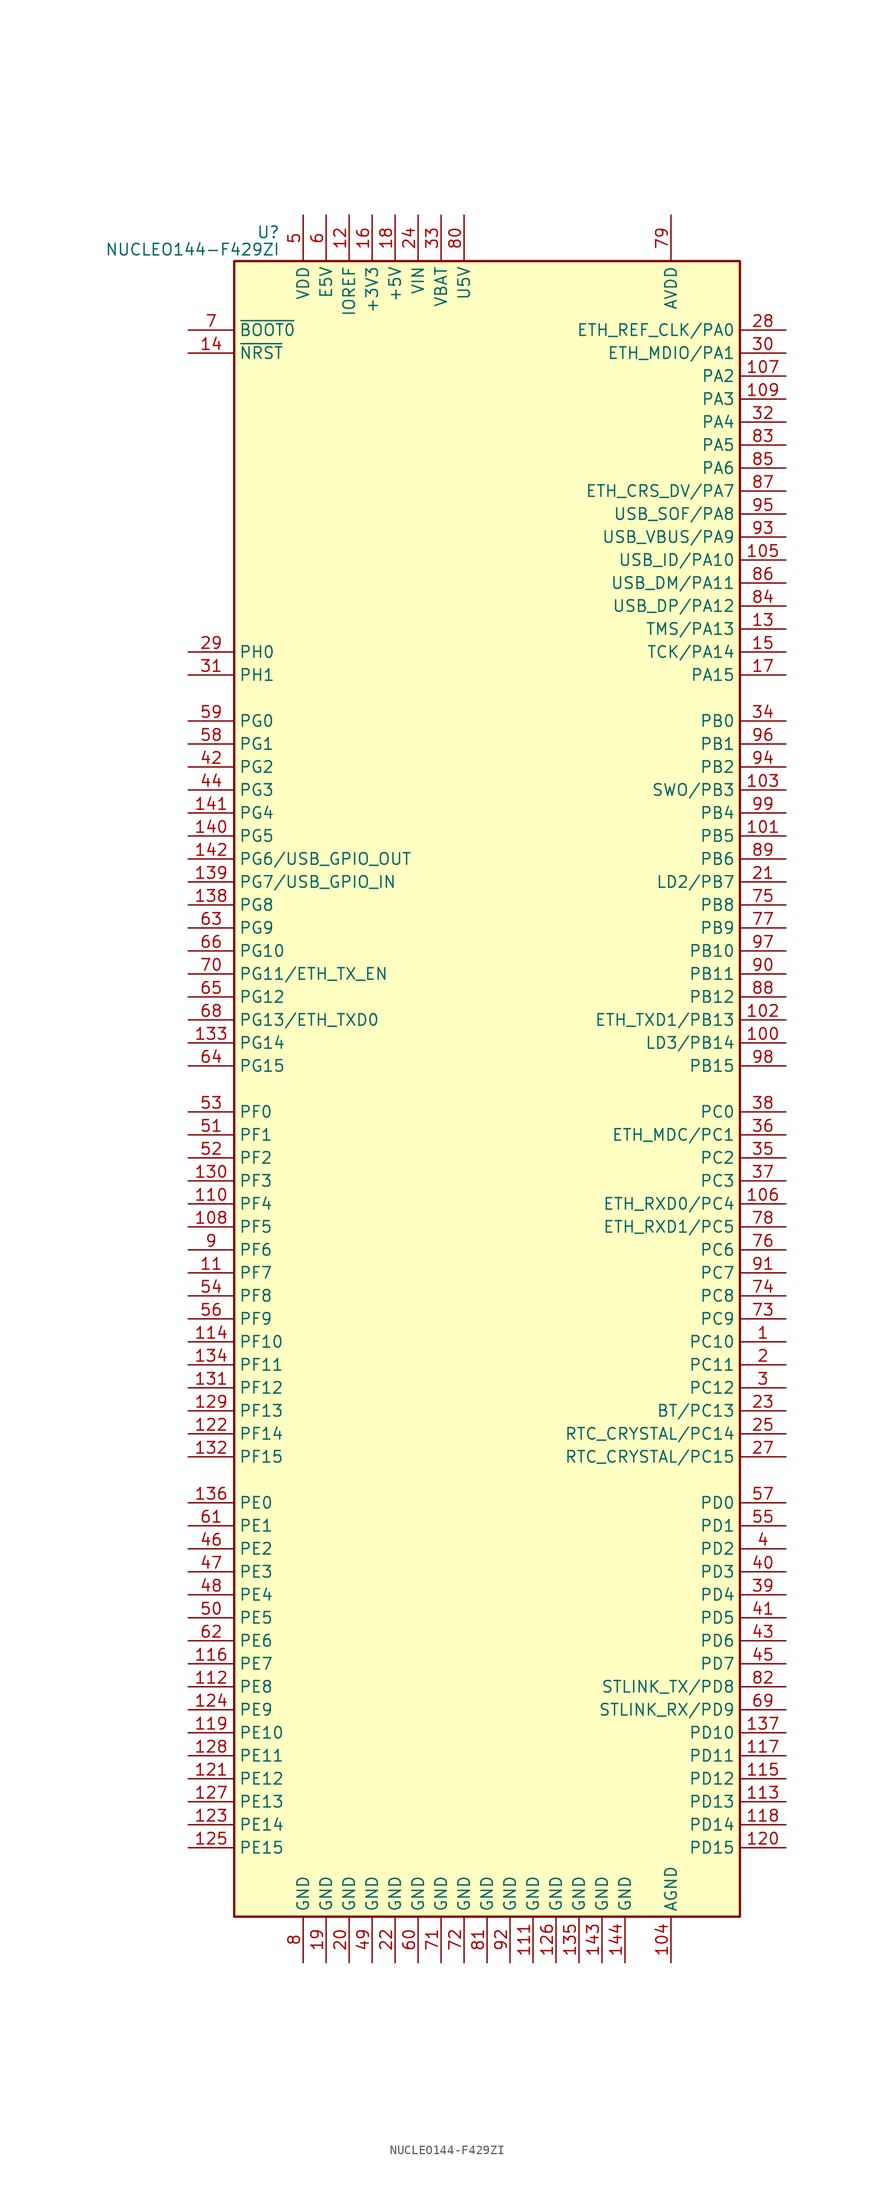
<source format=kicad_sym>
(kicad_symbol_lib
  (version 20211014)
  (generator kicad_symbol_editor)
  (symbol "NUCLEO144-F429ZI"
    (property "Reference" "U"
      (at -22.86 94.615 0)
      (effects (font (size 1.27 1.27)) (justify right)))
    (property "Value" "NUCLEO144-F429ZI"
      (at -22.86 92.71 0)
      (effects (font (size 1.27 1.27)) (justify right)))
    (symbol "NUCLEO144-F429ZI_0_1"
      (rectangle (start -27.94 -91.44) (end 27.94 91.44) (stroke (width 0.254) (type default) (color 0 0 0 0)) (fill (type background))))
    (symbol "NUCLEO144-F429ZI_1_1"
      (pin bidirectional line (at 33.02 -27.94 180) (length 5.08) (name "PC10" (effects (font (size 1.27 1.27)))) (number "1" (effects (font (size 1.27 1.27)))))
      (pin no_connect line (at -33.02 55.88 0) (length 5.08) hide (name "NC" (effects (font (size 1.27 1.27)))) (number "10" (effects (font (size 1.27 1.27)))))
      (pin bidirectional line (at 33.02 5.08 180) (length 5.08) (name "LD3/PB14" (effects (font (size 1.27 1.27)))) (number "100" (effects (font (size 1.27 1.27)))))
      (pin bidirectional line (at 33.02 27.94 180) (length 5.08) (name "PB5" (effects (font (size 1.27 1.27)))) (number "101" (effects (font (size 1.27 1.27)))))
      (pin bidirectional line (at 33.02 7.62 180) (length 5.08) (name "ETH_TXD1/PB13" (effects (font (size 1.27 1.27)))) (number "102" (effects (font (size 1.27 1.27)))))
      (pin bidirectional line (at 33.02 33.02 180) (length 5.08) (name "SWO/PB3" (effects (font (size 1.27 1.27)))) (number "103" (effects (font (size 1.27 1.27)))))
      (pin power_in line (at 20.32 -96.52 90) (length 5.08) (name "AGND" (effects (font (size 1.27 1.27)))) (number "104" (effects (font (size 1.27 1.27)))))
      (pin bidirectional line (at 33.02 58.42 180) (length 5.08) (name "USB_ID/PA10" (effects (font (size 1.27 1.27)))) (number "105" (effects (font (size 1.27 1.27)))))
      (pin bidirectional line (at 33.02 -12.7 180) (length 5.08) (name "ETH_RXD0/PC4" (effects (font (size 1.27 1.27)))) (number "106" (effects (font (size 1.27 1.27)))))
      (pin bidirectional line (at 33.02 78.74 180) (length 5.08) (name "PA2" (effects (font (size 1.27 1.27)))) (number "107" (effects (font (size 1.27 1.27)))))
      (pin bidirectional line (at -33.02 -15.24 0) (length 5.08) (name "PF5" (effects (font (size 1.27 1.27)))) (number "108" (effects (font (size 1.27 1.27)))))
      (pin bidirectional line (at 33.02 76.2 180) (length 5.08) (name "PA3" (effects (font (size 1.27 1.27)))) (number "109" (effects (font (size 1.27 1.27)))))
      (pin bidirectional line (at -33.02 -20.32 0) (length 5.08) (name "PF7" (effects (font (size 1.27 1.27)))) (number "11" (effects (font (size 1.27 1.27)))))
      (pin bidirectional line (at -33.02 -12.7 0) (length 5.08) (name "PF4" (effects (font (size 1.27 1.27)))) (number "110" (effects (font (size 1.27 1.27)))))
      (pin power_in line (at 5.08 -96.52 90) (length 5.08) (name "GND" (effects (font (size 1.27 1.27)))) (number "111" (effects (font (size 1.27 1.27)))))
      (pin bidirectional line (at -33.02 -66.04 0) (length 5.08) (name "PE8" (effects (font (size 1.27 1.27)))) (number "112" (effects (font (size 1.27 1.27)))))
      (pin bidirectional line (at 33.02 -78.74 180) (length 5.08) (name "PD13" (effects (font (size 1.27 1.27)))) (number "113" (effects (font (size 1.27 1.27)))))
      (pin bidirectional line (at -33.02 -27.94 0) (length 5.08) (name "PF10" (effects (font (size 1.27 1.27)))) (number "114" (effects (font (size 1.27 1.27)))))
      (pin bidirectional line (at 33.02 -76.2 180) (length 5.08) (name "PD12" (effects (font (size 1.27 1.27)))) (number "115" (effects (font (size 1.27 1.27)))))
      (pin bidirectional line (at -33.02 -63.5 0) (length 5.08) (name "PE7" (effects (font (size 1.27 1.27)))) (number "116" (effects (font (size 1.27 1.27)))))
      (pin bidirectional line (at 33.02 -73.66 180) (length 5.08) (name "PD11" (effects (font (size 1.27 1.27)))) (number "117" (effects (font (size 1.27 1.27)))))
      (pin bidirectional line (at 33.02 -81.28 180) (length 5.08) (name "PD14" (effects (font (size 1.27 1.27)))) (number "118" (effects (font (size 1.27 1.27)))))
      (pin bidirectional line (at -33.02 -71.12 0) (length 5.08) (name "PE10" (effects (font (size 1.27 1.27)))) (number "119" (effects (font (size 1.27 1.27)))))
      (pin power_in line (at -15.24 96.52 270) (length 5.08) (name "IOREF" (effects (font (size 1.27 1.27)))) (number "12" (effects (font (size 1.27 1.27)))))
      (pin bidirectional line (at 33.02 -83.82 180) (length 5.08) (name "PD15" (effects (font (size 1.27 1.27)))) (number "120" (effects (font (size 1.27 1.27)))))
      (pin bidirectional line (at -33.02 -76.2 0) (length 5.08) (name "PE12" (effects (font (size 1.27 1.27)))) (number "121" (effects (font (size 1.27 1.27)))))
      (pin bidirectional line (at -33.02 -38.1 0) (length 5.08) (name "PF14" (effects (font (size 1.27 1.27)))) (number "122" (effects (font (size 1.27 1.27)))))
      (pin bidirectional line (at -33.02 -81.28 0) (length 5.08) (name "PE14" (effects (font (size 1.27 1.27)))) (number "123" (effects (font (size 1.27 1.27)))))
      (pin bidirectional line (at -33.02 -68.58 0) (length 5.08) (name "PE9" (effects (font (size 1.27 1.27)))) (number "124" (effects (font (size 1.27 1.27)))))
      (pin bidirectional line (at -33.02 -83.82 0) (length 5.08) (name "PE15" (effects (font (size 1.27 1.27)))) (number "125" (effects (font (size 1.27 1.27)))))
      (pin power_in line (at 7.62 -96.52 90) (length 5.08) (name "GND" (effects (font (size 1.27 1.27)))) (number "126" (effects (font (size 1.27 1.27)))))
      (pin bidirectional line (at -33.02 -78.74 0) (length 5.08) (name "PE13" (effects (font (size 1.27 1.27)))) (number "127" (effects (font (size 1.27 1.27)))))
      (pin bidirectional line (at -33.02 -73.66 0) (length 5.08) (name "PE11" (effects (font (size 1.27 1.27)))) (number "128" (effects (font (size 1.27 1.27)))))
      (pin bidirectional line (at -33.02 -35.56 0) (length 5.08) (name "PF13" (effects (font (size 1.27 1.27)))) (number "129" (effects (font (size 1.27 1.27)))))
      (pin bidirectional line (at 33.02 50.8 180) (length 5.08) (name "TMS/PA13" (effects (font (size 1.27 1.27)))) (number "13" (effects (font (size 1.27 1.27)))))
      (pin bidirectional line (at -33.02 -10.16 0) (length 5.08) (name "PF3" (effects (font (size 1.27 1.27)))) (number "130" (effects (font (size 1.27 1.27)))))
      (pin bidirectional line (at -33.02 -33.02 0) (length 5.08) (name "PF12" (effects (font (size 1.27 1.27)))) (number "131" (effects (font (size 1.27 1.27)))))
      (pin bidirectional line (at -33.02 -40.64 0) (length 5.08) (name "PF15" (effects (font (size 1.27 1.27)))) (number "132" (effects (font (size 1.27 1.27)))))
      (pin bidirectional line (at -33.02 5.08 0) (length 5.08) (name "PG14" (effects (font (size 1.27 1.27)))) (number "133" (effects (font (size 1.27 1.27)))))
      (pin bidirectional line (at -33.02 -30.48 0) (length 5.08) (name "PF11" (effects (font (size 1.27 1.27)))) (number "134" (effects (font (size 1.27 1.27)))))
      (pin power_in line (at 10.16 -96.52 90) (length 5.08) (name "GND" (effects (font (size 1.27 1.27)))) (number "135" (effects (font (size 1.27 1.27)))))
      (pin bidirectional line (at -33.02 -45.72 0) (length 5.08) (name "PE0" (effects (font (size 1.27 1.27)))) (number "136" (effects (font (size 1.27 1.27)))))
      (pin bidirectional line (at 33.02 -71.12 180) (length 5.08) (name "PD10" (effects (font (size 1.27 1.27)))) (number "137" (effects (font (size 1.27 1.27)))))
      (pin bidirectional line (at -33.02 20.32 0) (length 5.08) (name "PG8" (effects (font (size 1.27 1.27)))) (number "138" (effects (font (size 1.27 1.27)))))
      (pin bidirectional line (at -33.02 22.86 0) (length 5.08) (name "PG7/USB_GPIO_IN" (effects (font (size 1.27 1.27)))) (number "139" (effects (font (size 1.27 1.27)))))
      (pin input line (at -33.02 81.28 0) (length 5.08) (name "~{NRST}" (effects (font (size 1.27 1.27)))) (number "14" (effects (font (size 1.27 1.27)))))
      (pin bidirectional line (at -33.02 27.94 0) (length 5.08) (name "PG5" (effects (font (size 1.27 1.27)))) (number "140" (effects (font (size 1.27 1.27)))))
      (pin bidirectional line (at -33.02 30.48 0) (length 5.08) (name "PG4" (effects (font (size 1.27 1.27)))) (number "141" (effects (font (size 1.27 1.27)))))
      (pin bidirectional line (at -33.02 25.4 0) (length 5.08) (name "PG6/USB_GPIO_OUT" (effects (font (size 1.27 1.27)))) (number "142" (effects (font (size 1.27 1.27)))))
      (pin power_in line (at 12.7 -96.52 90) (length 5.08) (name "GND" (effects (font (size 1.27 1.27)))) (number "143" (effects (font (size 1.27 1.27)))))
      (pin power_in line (at 15.24 -96.52 90) (length 5.08) (name "GND" (effects (font (size 1.27 1.27)))) (number "144" (effects (font (size 1.27 1.27)))))
      (pin bidirectional line (at 33.02 48.26 180) (length 5.08) (name "TCK/PA14" (effects (font (size 1.27 1.27)))) (number "15" (effects (font (size 1.27 1.27)))))
      (pin power_in line (at -12.7 96.52 270) (length 5.08) (name "+3V3" (effects (font (size 1.27 1.27)))) (number "16" (effects (font (size 1.27 1.27)))))
      (pin bidirectional line (at 33.02 45.72 180) (length 5.08) (name "PA15" (effects (font (size 1.27 1.27)))) (number "17" (effects (font (size 1.27 1.27)))))
      (pin power_in line (at -10.16 96.52 270) (length 5.08) (name "+5V" (effects (font (size 1.27 1.27)))) (number "18" (effects (font (size 1.27 1.27)))))
      (pin power_in line (at -17.78 -96.52 90) (length 5.08) (name "GND" (effects (font (size 1.27 1.27)))) (number "19" (effects (font (size 1.27 1.27)))))
      (pin bidirectional line (at 33.02 -30.48 180) (length 5.08) (name "PC11" (effects (font (size 1.27 1.27)))) (number "2" (effects (font (size 1.27 1.27)))))
      (pin power_in line (at -15.24 -96.52 90) (length 5.08) (name "GND" (effects (font (size 1.27 1.27)))) (number "20" (effects (font (size 1.27 1.27)))))
      (pin bidirectional line (at 33.02 22.86 180) (length 5.08) (name "LD2/PB7" (effects (font (size 1.27 1.27)))) (number "21" (effects (font (size 1.27 1.27)))))
      (pin power_in line (at -10.16 -96.52 90) (length 5.08) (name "GND" (effects (font (size 1.27 1.27)))) (number "22" (effects (font (size 1.27 1.27)))))
      (pin bidirectional line (at 33.02 -35.56 180) (length 5.08) (name "BT/PC13" (effects (font (size 1.27 1.27)))) (number "23" (effects (font (size 1.27 1.27)))))
      (pin power_in line (at -7.62 96.52 270) (length 5.08) (name "VIN" (effects (font (size 1.27 1.27)))) (number "24" (effects (font (size 1.27 1.27)))))
      (pin bidirectional line (at 33.02 -38.1 180) (length 5.08) (name "RTC_CRYSTAL/PC14" (effects (font (size 1.27 1.27)))) (number "25" (effects (font (size 1.27 1.27)))))
      (pin no_connect line (at -33.02 58.42 0) (length 5.08) hide (name "NC" (effects (font (size 1.27 1.27)))) (number "26" (effects (font (size 1.27 1.27)))))
      (pin bidirectional line (at 33.02 -40.64 180) (length 5.08) (name "RTC_CRYSTAL/PC15" (effects (font (size 1.27 1.27)))) (number "27" (effects (font (size 1.27 1.27)))))
      (pin bidirectional line (at 33.02 83.82 180) (length 5.08) (name "ETH_REF_CLK/PA0" (effects (font (size 1.27 1.27)))) (number "28" (effects (font (size 1.27 1.27)))))
      (pin bidirectional line (at -33.02 48.26 0) (length 5.08) (name "PH0" (effects (font (size 1.27 1.27)))) (number "29" (effects (font (size 1.27 1.27)))))
      (pin bidirectional line (at 33.02 -33.02 180) (length 5.08) (name "PC12" (effects (font (size 1.27 1.27)))) (number "3" (effects (font (size 1.27 1.27)))))
      (pin bidirectional line (at 33.02 81.28 180) (length 5.08) (name "ETH_MDIO/PA1" (effects (font (size 1.27 1.27)))) (number "30" (effects (font (size 1.27 1.27)))))
      (pin bidirectional line (at -33.02 45.72 0) (length 5.08) (name "PH1" (effects (font (size 1.27 1.27)))) (number "31" (effects (font (size 1.27 1.27)))))
      (pin bidirectional line (at 33.02 73.66 180) (length 5.08) (name "PA4" (effects (font (size 1.27 1.27)))) (number "32" (effects (font (size 1.27 1.27)))))
      (pin power_in line (at -5.08 96.52 270) (length 5.08) (name "VBAT" (effects (font (size 1.27 1.27)))) (number "33" (effects (font (size 1.27 1.27)))))
      (pin bidirectional line (at 33.02 40.64 180) (length 5.08) (name "PB0" (effects (font (size 1.27 1.27)))) (number "34" (effects (font (size 1.27 1.27)))))
      (pin bidirectional line (at 33.02 -7.62 180) (length 5.08) (name "PC2" (effects (font (size 1.27 1.27)))) (number "35" (effects (font (size 1.27 1.27)))))
      (pin bidirectional line (at 33.02 -5.08 180) (length 5.08) (name "ETH_MDC/PC1" (effects (font (size 1.27 1.27)))) (number "36" (effects (font (size 1.27 1.27)))))
      (pin bidirectional line (at 33.02 -10.16 180) (length 5.08) (name "PC3" (effects (font (size 1.27 1.27)))) (number "37" (effects (font (size 1.27 1.27)))))
      (pin bidirectional line (at 33.02 -2.54 180) (length 5.08) (name "PC0" (effects (font (size 1.27 1.27)))) (number "38" (effects (font (size 1.27 1.27)))))
      (pin bidirectional line (at 33.02 -55.88 180) (length 5.08) (name "PD4" (effects (font (size 1.27 1.27)))) (number "39" (effects (font (size 1.27 1.27)))))
      (pin bidirectional line (at 33.02 -50.8 180) (length 5.08) (name "PD2" (effects (font (size 1.27 1.27)))) (number "4" (effects (font (size 1.27 1.27)))))
      (pin bidirectional line (at 33.02 -53.34 180) (length 5.08) (name "PD3" (effects (font (size 1.27 1.27)))) (number "40" (effects (font (size 1.27 1.27)))))
      (pin bidirectional line (at 33.02 -58.42 180) (length 5.08) (name "PD5" (effects (font (size 1.27 1.27)))) (number "41" (effects (font (size 1.27 1.27)))))
      (pin bidirectional line (at -33.02 35.56 0) (length 5.08) (name "PG2" (effects (font (size 1.27 1.27)))) (number "42" (effects (font (size 1.27 1.27)))))
      (pin bidirectional line (at 33.02 -60.96 180) (length 5.08) (name "PD6" (effects (font (size 1.27 1.27)))) (number "43" (effects (font (size 1.27 1.27)))))
      (pin bidirectional line (at -33.02 33.02 0) (length 5.08) (name "PG3" (effects (font (size 1.27 1.27)))) (number "44" (effects (font (size 1.27 1.27)))))
      (pin bidirectional line (at 33.02 -63.5 180) (length 5.08) (name "PD7" (effects (font (size 1.27 1.27)))) (number "45" (effects (font (size 1.27 1.27)))))
      (pin bidirectional line (at -33.02 -50.8 0) (length 5.08) (name "PE2" (effects (font (size 1.27 1.27)))) (number "46" (effects (font (size 1.27 1.27)))))
      (pin bidirectional line (at -33.02 -53.34 0) (length 5.08) (name "PE3" (effects (font (size 1.27 1.27)))) (number "47" (effects (font (size 1.27 1.27)))))
      (pin bidirectional line (at -33.02 -55.88 0) (length 5.08) (name "PE4" (effects (font (size 1.27 1.27)))) (number "48" (effects (font (size 1.27 1.27)))))
      (pin power_in line (at -12.7 -96.52 90) (length 5.08) (name "GND" (effects (font (size 1.27 1.27)))) (number "49" (effects (font (size 1.27 1.27)))))
      (pin power_in line (at -20.32 96.52 270) (length 5.08) (name "VDD" (effects (font (size 1.27 1.27)))) (number "5" (effects (font (size 1.27 1.27)))))
      (pin bidirectional line (at -33.02 -58.42 0) (length 5.08) (name "PE5" (effects (font (size 1.27 1.27)))) (number "50" (effects (font (size 1.27 1.27)))))
      (pin bidirectional line (at -33.02 -5.08 0) (length 5.08) (name "PF1" (effects (font (size 1.27 1.27)))) (number "51" (effects (font (size 1.27 1.27)))))
      (pin bidirectional line (at -33.02 -7.62 0) (length 5.08) (name "PF2" (effects (font (size 1.27 1.27)))) (number "52" (effects (font (size 1.27 1.27)))))
      (pin bidirectional line (at -33.02 -2.54 0) (length 5.08) (name "PF0" (effects (font (size 1.27 1.27)))) (number "53" (effects (font (size 1.27 1.27)))))
      (pin bidirectional line (at -33.02 -22.86 0) (length 5.08) (name "PF8" (effects (font (size 1.27 1.27)))) (number "54" (effects (font (size 1.27 1.27)))))
      (pin bidirectional line (at 33.02 -48.26 180) (length 5.08) (name "PD1" (effects (font (size 1.27 1.27)))) (number "55" (effects (font (size 1.27 1.27)))))
      (pin bidirectional line (at -33.02 -25.4 0) (length 5.08) (name "PF9" (effects (font (size 1.27 1.27)))) (number "56" (effects (font (size 1.27 1.27)))))
      (pin bidirectional line (at 33.02 -45.72 180) (length 5.08) (name "PD0" (effects (font (size 1.27 1.27)))) (number "57" (effects (font (size 1.27 1.27)))))
      (pin bidirectional line (at -33.02 38.1 0) (length 5.08) (name "PG1" (effects (font (size 1.27 1.27)))) (number "58" (effects (font (size 1.27 1.27)))))
      (pin bidirectional line (at -33.02 40.64 0) (length 5.08) (name "PG0" (effects (font (size 1.27 1.27)))) (number "59" (effects (font (size 1.27 1.27)))))
      (pin power_in line (at -17.78 96.52 270) (length 5.08) (name "E5V" (effects (font (size 1.27 1.27)))) (number "6" (effects (font (size 1.27 1.27)))))
      (pin power_in line (at -7.62 -96.52 90) (length 5.08) (name "GND" (effects (font (size 1.27 1.27)))) (number "60" (effects (font (size 1.27 1.27)))))
      (pin bidirectional line (at -33.02 -48.26 0) (length 5.08) (name "PE1" (effects (font (size 1.27 1.27)))) (number "61" (effects (font (size 1.27 1.27)))))
      (pin bidirectional line (at -33.02 -60.96 0) (length 5.08) (name "PE6" (effects (font (size 1.27 1.27)))) (number "62" (effects (font (size 1.27 1.27)))))
      (pin bidirectional line (at -33.02 17.78 0) (length 5.08) (name "PG9" (effects (font (size 1.27 1.27)))) (number "63" (effects (font (size 1.27 1.27)))))
      (pin bidirectional line (at -33.02 2.54 0) (length 5.08) (name "PG15" (effects (font (size 1.27 1.27)))) (number "64" (effects (font (size 1.27 1.27)))))
      (pin bidirectional line (at -33.02 10.16 0) (length 5.08) (name "PG12" (effects (font (size 1.27 1.27)))) (number "65" (effects (font (size 1.27 1.27)))))
      (pin bidirectional line (at -33.02 15.24 0) (length 5.08) (name "PG10" (effects (font (size 1.27 1.27)))) (number "66" (effects (font (size 1.27 1.27)))))
      (pin no_connect line (at -33.02 53.34 0) (length 5.08) hide (name "NC" (effects (font (size 1.27 1.27)))) (number "67" (effects (font (size 1.27 1.27)))))
      (pin bidirectional line (at -33.02 7.62 0) (length 5.08) (name "PG13/ETH_TXD0" (effects (font (size 1.27 1.27)))) (number "68" (effects (font (size 1.27 1.27)))))
      (pin bidirectional line (at 33.02 -68.58 180) (length 5.08) (name "STLINK_RX/PD9" (effects (font (size 1.27 1.27)))) (number "69" (effects (font (size 1.27 1.27)))))
      (pin input line (at -33.02 83.82 0) (length 5.08) (name "~{BOOT0}" (effects (font (size 1.27 1.27)))) (number "7" (effects (font (size 1.27 1.27)))))
      (pin bidirectional line (at -33.02 12.7 0) (length 5.08) (name "PG11/ETH_TX_EN" (effects (font (size 1.27 1.27)))) (number "70" (effects (font (size 1.27 1.27)))))
      (pin power_in line (at -5.08 -96.52 90) (length 5.08) (name "GND" (effects (font (size 1.27 1.27)))) (number "71" (effects (font (size 1.27 1.27)))))
      (pin power_in line (at -2.54 -96.52 90) (length 5.08) (name "GND" (effects (font (size 1.27 1.27)))) (number "72" (effects (font (size 1.27 1.27)))))
      (pin bidirectional line (at 33.02 -25.4 180) (length 5.08) (name "PC9" (effects (font (size 1.27 1.27)))) (number "73" (effects (font (size 1.27 1.27)))))
      (pin bidirectional line (at 33.02 -22.86 180) (length 5.08) (name "PC8" (effects (font (size 1.27 1.27)))) (number "74" (effects (font (size 1.27 1.27)))))
      (pin bidirectional line (at 33.02 20.32 180) (length 5.08) (name "PB8" (effects (font (size 1.27 1.27)))) (number "75" (effects (font (size 1.27 1.27)))))
      (pin bidirectional line (at 33.02 -17.78 180) (length 5.08) (name "PC6" (effects (font (size 1.27 1.27)))) (number "76" (effects (font (size 1.27 1.27)))))
      (pin bidirectional line (at 33.02 17.78 180) (length 5.08) (name "PB9" (effects (font (size 1.27 1.27)))) (number "77" (effects (font (size 1.27 1.27)))))
      (pin bidirectional line (at 33.02 -15.24 180) (length 5.08) (name "ETH_RXD1/PC5" (effects (font (size 1.27 1.27)))) (number "78" (effects (font (size 1.27 1.27)))))
      (pin power_in line (at 20.32 96.52 270) (length 5.08) (name "AVDD" (effects (font (size 1.27 1.27)))) (number "79" (effects (font (size 1.27 1.27)))))
      (pin power_in line (at -20.32 -96.52 90) (length 5.08) (name "GND" (effects (font (size 1.27 1.27)))) (number "8" (effects (font (size 1.27 1.27)))))
      (pin power_in line (at -2.54 96.52 270) (length 5.08) (name "U5V" (effects (font (size 1.27 1.27)))) (number "80" (effects (font (size 1.27 1.27)))))
      (pin power_in line (at 0 -96.52 90) (length 5.08) (name "GND" (effects (font (size 1.27 1.27)))) (number "81" (effects (font (size 1.27 1.27)))))
      (pin bidirectional line (at 33.02 -66.04 180) (length 5.08) (name "STLINK_TX/PD8" (effects (font (size 1.27 1.27)))) (number "82" (effects (font (size 1.27 1.27)))))
      (pin bidirectional line (at 33.02 71.12 180) (length 5.08) (name "PA5" (effects (font (size 1.27 1.27)))) (number "83" (effects (font (size 1.27 1.27)))))
      (pin bidirectional line (at 33.02 53.34 180) (length 5.08) (name "USB_DP/PA12" (effects (font (size 1.27 1.27)))) (number "84" (effects (font (size 1.27 1.27)))))
      (pin bidirectional line (at 33.02 68.58 180) (length 5.08) (name "PA6" (effects (font (size 1.27 1.27)))) (number "85" (effects (font (size 1.27 1.27)))))
      (pin bidirectional line (at 33.02 55.88 180) (length 5.08) (name "USB_DM/PA11" (effects (font (size 1.27 1.27)))) (number "86" (effects (font (size 1.27 1.27)))))
      (pin bidirectional line (at 33.02 66.04 180) (length 5.08) (name "ETH_CRS_DV/PA7" (effects (font (size 1.27 1.27)))) (number "87" (effects (font (size 1.27 1.27)))))
      (pin bidirectional line (at 33.02 10.16 180) (length 5.08) (name "PB12" (effects (font (size 1.27 1.27)))) (number "88" (effects (font (size 1.27 1.27)))))
      (pin bidirectional line (at 33.02 25.4 180) (length 5.08) (name "PB6" (effects (font (size 1.27 1.27)))) (number "89" (effects (font (size 1.27 1.27)))))
      (pin bidirectional line (at -33.02 -17.78 0) (length 5.08) (name "PF6" (effects (font (size 1.27 1.27)))) (number "9" (effects (font (size 1.27 1.27)))))
      (pin bidirectional line (at 33.02 12.7 180) (length 5.08) (name "PB11" (effects (font (size 1.27 1.27)))) (number "90" (effects (font (size 1.27 1.27)))))
      (pin bidirectional line (at 33.02 -20.32 180) (length 5.08) (name "PC7" (effects (font (size 1.27 1.27)))) (number "91" (effects (font (size 1.27 1.27)))))
      (pin power_in line (at 2.54 -96.52 90) (length 5.08) (name "GND" (effects (font (size 1.27 1.27)))) (number "92" (effects (font (size 1.27 1.27)))))
      (pin bidirectional line (at 33.02 60.96 180) (length 5.08) (name "USB_VBUS/PA9" (effects (font (size 1.27 1.27)))) (number "93" (effects (font (size 1.27 1.27)))))
      (pin bidirectional line (at 33.02 35.56 180) (length 5.08) (name "PB2" (effects (font (size 1.27 1.27)))) (number "94" (effects (font (size 1.27 1.27)))))
      (pin bidirectional line (at 33.02 63.5 180) (length 5.08) (name "USB_SOF/PA8" (effects (font (size 1.27 1.27)))) (number "95" (effects (font (size 1.27 1.27)))))
      (pin bidirectional line (at 33.02 38.1 180) (length 5.08) (name "PB1" (effects (font (size 1.27 1.27)))) (number "96" (effects (font (size 1.27 1.27)))))
      (pin bidirectional line (at 33.02 15.24 180) (length 5.08) (name "PB10" (effects (font (size 1.27 1.27)))) (number "97" (effects (font (size 1.27 1.27)))))
      (pin bidirectional line (at 33.02 2.54 180) (length 5.08) (name "PB15" (effects (font (size 1.27 1.27)))) (number "98" (effects (font (size 1.27 1.27)))))
      (pin bidirectional line (at 33.02 30.48 180) (length 5.08) (name "PB4" (effects (font (size 1.27 1.27)))) (number "99" (effects (font (size 1.27 1.27))))))))
</source>
